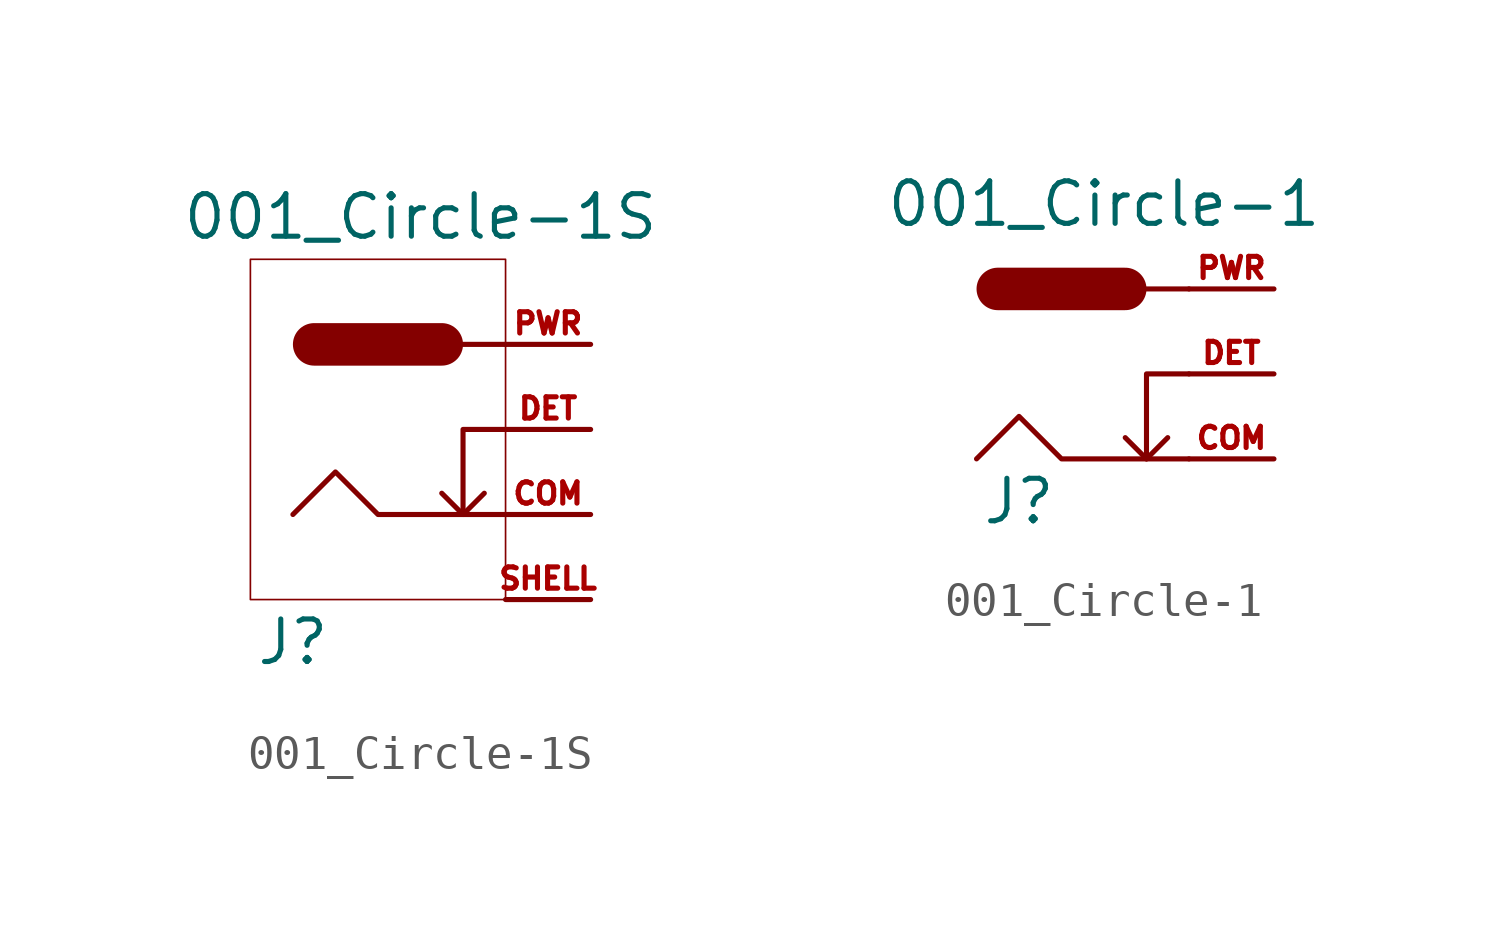
<source format=kicad_sym>
(kicad_symbol_lib
  (version 20211014)
  (generator kicad_symbol_editor)
  (symbol "001_Circle-1S"
    (pin_names hide)
    (property "Reference" "J"
      (at -3.81 -6.35 0)
      (effects (font (size 1.27 1.27))))
    (property "Value" "001_Circle-1S"
      (at 0 6.35 0)
      (effects (font (size 1.27 1.27))))
    (symbol "001_Circle-1S_0_1"
      (rectangle (start -5.08 5.08) (end 2.54 -5.08) (stroke (width 0.05) (type default) (color 0 0 0 0)) (fill (type none)))
      (polyline (pts (xy 0.635 2.54) (xy -3.175 2.54)) (stroke (width 1.27) (type default) (color 0 0 0 0)) (fill (type none)))
      (polyline (pts (xy 2.54 2.54) (xy 1.27 2.54)) (stroke (width 0) (type default) (color 0 0 0 0)) (fill (type none)))
      (polyline (pts (xy 0.635 -1.905) (xy 1.27 -2.54) (xy 1.905 -1.905)) (stroke (width 0) (type default) (color 0 0 0 0)) (fill (type none)))
      (polyline (pts (xy 2.54 0) (xy 1.27 0) (xy 1.27 -2.54)) (stroke (width 0) (type default) (color 0 0 0 0)) (fill (type none)))
      (polyline (pts (xy 2.54 -2.54) (xy -1.27 -2.54) (xy -2.54 -1.27) (xy -3.81 -2.54)) (stroke (width 0) (type default) (color 0 0 0 0)) (fill (type none))))
    (symbol "001_Circle-1S_1_1"
      (pin power_out line (at 5.08 -2.54 180) (length 2.54) (name "COM" (effects (font (size 0.635 0.635)))) (number "COM" (effects (font (size 0.635 0.635)))))
      (pin passive line (at 5.08 0 180) (length 2.54) (name "DET" (effects (font (size 0.635 0.635)))) (number "DET" (effects (font (size 0.635 0.635)))))
      (pin power_out line (at 5.08 2.54 180) (length 2.54) (name "PWR" (effects (font (size 0.635 0.635)))) (number "PWR" (effects (font (size 0.635 0.635)))))
      (pin power_out line (at 5.08 -5.08 180) (length 2.54) (name "SHELL" (effects (font (size 0.635 0.635)))) (number "SHELL" (effects (font (size 0.635 0.635)))))))
  (symbol "001_Circle-1"
    (pin_names hide)
    (property "Reference" "J"
      (at -2.54 -3.81 0)
      (effects (font (size 1.27 1.27))))
    (property "Value" "001_Circle-1"
      (at 0 5.08 0)
      (effects (font (size 1.27 1.27))))
    (symbol "001_Circle-1_0_1"
      (polyline (pts (xy 0.635 2.54) (xy -3.175 2.54)) (stroke (width 1.27) (type default) (color 0 0 0 0)) (fill (type none)))
      (polyline (pts (xy 2.54 2.54) (xy 1.27 2.54)) (stroke (width 0) (type default) (color 0 0 0 0)) (fill (type none)))
      (polyline (pts (xy 0.635 -1.905) (xy 1.27 -2.54) (xy 1.905 -1.905)) (stroke (width 0) (type default) (color 0 0 0 0)) (fill (type none)))
      (polyline (pts (xy 2.54 0) (xy 1.27 0) (xy 1.27 -2.54)) (stroke (width 0) (type default) (color 0 0 0 0)) (fill (type none)))
      (polyline (pts (xy 2.54 -2.54) (xy -1.27 -2.54) (xy -2.54 -1.27) (xy -3.81 -2.54)) (stroke (width 0) (type default) (color 0 0 0 0)) (fill (type none))))
    (symbol "001_Circle-1_1_1"
      (pin power_out line (at 5.08 -2.54 180) (length 2.54) (name "COM" (effects (font (size 0.635 0.635)))) (number "COM" (effects (font (size 0.635 0.635)))))
      (pin passive line (at 5.08 0 180) (length 2.54) (name "DET" (effects (font (size 0.635 0.635)))) (number "DET" (effects (font (size 0.635 0.635)))))
      (pin power_out line (at 5.08 2.54 180) (length 2.54) (name "PWR" (effects (font (size 0.635 0.635)))) (number "PWR" (effects (font (size 0.635 0.635))))))))
</source>
